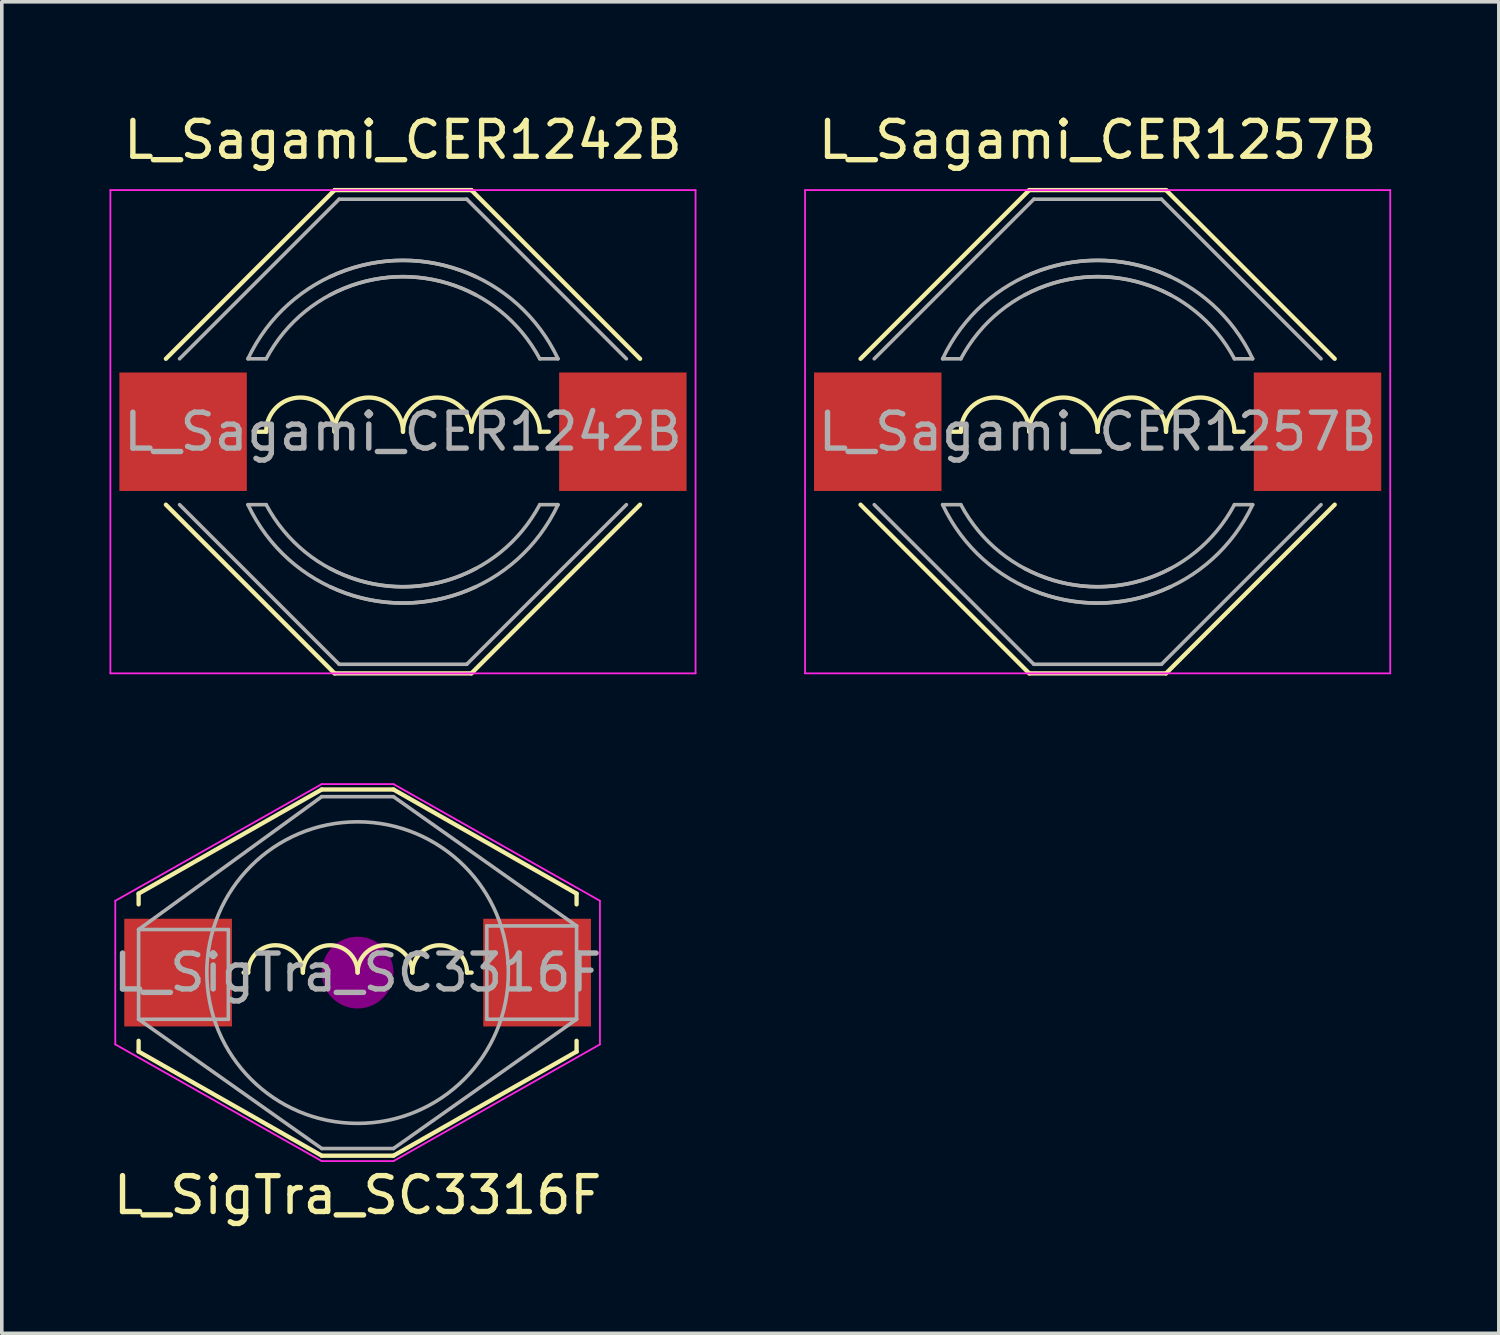
<source format=kicad_pcb>
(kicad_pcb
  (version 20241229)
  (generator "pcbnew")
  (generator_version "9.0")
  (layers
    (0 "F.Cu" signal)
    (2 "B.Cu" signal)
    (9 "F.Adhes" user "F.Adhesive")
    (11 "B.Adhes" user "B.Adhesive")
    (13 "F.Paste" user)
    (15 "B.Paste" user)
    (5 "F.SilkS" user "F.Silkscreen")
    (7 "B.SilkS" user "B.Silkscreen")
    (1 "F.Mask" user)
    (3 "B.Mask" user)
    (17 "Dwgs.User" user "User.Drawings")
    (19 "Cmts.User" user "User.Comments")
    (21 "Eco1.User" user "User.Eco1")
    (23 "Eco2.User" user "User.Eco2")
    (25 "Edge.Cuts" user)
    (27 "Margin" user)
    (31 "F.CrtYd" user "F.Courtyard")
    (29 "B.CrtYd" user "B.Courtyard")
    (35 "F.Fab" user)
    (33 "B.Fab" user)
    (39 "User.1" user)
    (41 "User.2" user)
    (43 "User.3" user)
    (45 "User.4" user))
  (footprint "L_Sagami_CER1257B"
    (layer "F.Cu")
    (at 27.525 8.976)
    (property "Reference" "L_Sagami_CER1257B" (at 0 -8.128 0) (layer "F.SilkS") (effects (font (size 1 1) (thickness 0.15))))
    (attr smd)
    (fp_line (start -6.604 -2.032) (end -1.905 -6.731) (stroke (width 0.12) (type solid)) (layer "F.SilkS"))
    (fp_line (start -6.604 2.032) (end -1.905 6.731) (stroke (width 0.12) (type solid)) (layer "F.SilkS"))
    (fp_line (start -3.81 0) (end -4.064 0) (stroke (width 0.12) (type solid)) (layer "F.SilkS"))
    (fp_line (start -1.905 -6.731) (end 1.905 -6.731) (stroke (width 0.12) (type solid)) (layer "F.SilkS"))
    (fp_line (start -1.905 6.731) (end 1.905 6.731) (stroke (width 0.12) (type solid)) (layer "F.SilkS"))
    (fp_line (start 1.905 -6.731) (end 6.604 -2.032) (stroke (width 0.12) (type solid)) (layer "F.SilkS"))
    (fp_line (start 1.905 6.731) (end 6.604 2.032) (stroke (width 0.12) (type solid)) (layer "F.SilkS"))
    (fp_line (start 4.064 0) (end 3.81 0) (stroke (width 0.12) (type solid)) (layer "F.SilkS"))
    (fp_arc (start -3.81 0) (mid -2.8575 -0.9525) (end -1.905 0) (stroke (width 0.12) (type solid)) (layer "F.SilkS"))
    (fp_arc (start -1.905 0) (mid -0.9525 -0.9525) (end 0 0) (stroke (width 0.12) (type solid)) (layer "F.SilkS"))
    (fp_arc (start 0 0) (mid 0.9525 -0.9525) (end 1.905 0) (stroke (width 0.12) (type solid)) (layer "F.SilkS"))
    (fp_arc (start 1.905 0) (mid 2.8575 -0.9525) (end 3.81 0) (stroke (width 0.12) (type solid)) (layer "F.SilkS"))
    (fp_line (start -8.15 -6.73) (end -8.15 6.73) (stroke (width 0.05) (type solid)) (layer "F.CrtYd"))
    (fp_line (start -8.15 -6.73) (end 8.15 -6.73) (stroke (width 0.05) (type solid)) (layer "F.CrtYd"))
    (fp_line (start -8.15 6.73) (end 8.15 6.73) (stroke (width 0.05) (type solid)) (layer "F.CrtYd"))
    (fp_line (start 8.15 -6.73) (end 8.15 6.73) (stroke (width 0.05) (type solid)) (layer "F.CrtYd"))
    (fp_line (start -6.223 -2.032) (end -1.778 -6.477) (stroke (width 0.1) (type solid)) (layer "F.Fab"))
    (fp_line (start -6.223 2.032) (end -1.778 6.477) (stroke (width 0.1) (type solid)) (layer "F.Fab"))
    (fp_line (start -3.81 -2.032) (end -4.318 -2.032) (stroke (width 0.1) (type solid)) (layer "F.Fab"))
    (fp_line (start -3.81 2.032) (end -4.318 2.032) (stroke (width 0.1) (type solid)) (layer "F.Fab"))
    (fp_line (start -1.778 6.477) (end 1.778 6.477) (stroke (width 0.1) (type solid)) (layer "F.Fab"))
    (fp_line (start 1.778 -6.477) (end -1.778 -6.477) (stroke (width 0.1) (type solid)) (layer "F.Fab"))
    (fp_line (start 1.778 6.477) (end 6.223 2.032) (stroke (width 0.1) (type solid)) (layer "F.Fab"))
    (fp_line (start 3.81 -2.032) (end 4.318 -2.032) (stroke (width 0.1) (type solid)) (layer "F.Fab"))
    (fp_line (start 3.81 2.032) (end 4.318 2.032) (stroke (width 0.1) (type solid)) (layer "F.Fab"))
    (fp_line (start 6.223 -2.032) (end 1.778 -6.477) (stroke (width 0.1) (type solid)) (layer "F.Fab"))
    (fp_arc (start -4.318 -2.032) (mid -1.616446 -4.490128) (end 2.032 -4.318) (stroke (width 0.1) (type solid)) (layer "F.Fab"))
    (fp_arc (start -3.81 -2.032) (mid -1.257236 -4.130918) (end 2.032 -3.81) (stroke (width 0.1) (type solid)) (layer "F.Fab"))
    (fp_arc (start -2.032 -4.318) (mid 1.616446 -4.490128) (end 4.318 -2.032) (stroke (width 0.1) (type solid)) (layer "F.Fab"))
    (fp_arc (start -2.032 -3.81) (mid 1.257236 -4.130918) (end 3.81 -2.032) (stroke (width 0.1) (type solid)) (layer "F.Fab"))
    (fp_arc (start 2.032 3.81) (mid -1.257236 4.130918) (end -3.81 2.032) (stroke (width 0.1) (type solid)) (layer "F.Fab"))
    (fp_arc (start 2.032 4.318) (mid -1.616446 4.490128) (end -4.318 2.032) (stroke (width 0.1) (type solid)) (layer "F.Fab"))
    (fp_arc (start 3.81 2.032) (mid 1.257236 4.130918) (end -2.032 3.81) (stroke (width 0.1) (type solid)) (layer "F.Fab"))
    (fp_arc (start 4.318 2.032) (mid 1.616446 4.490128) (end -2.032 4.318) (stroke (width 0.1) (type solid)) (layer "F.Fab"))
    (fp_text user "${REFERENCE}" (at 0 0 0) (layer "F.Fab") (effects (font (size 1 1) (thickness 0.15))))
    (pad "1" smd rect (at -6.125 0) (size 3.55 3.3) (layers "F.Cu" "F.Mask" "F.Paste"))
    (pad "2" smd rect (at 6.125 0) (size 3.55 3.3) (layers "F.Cu" "F.Mask" "F.Paste")))
  (footprint "L_SigTra_SC3316F"
    (layer "F.Cu")
    (at 6.911 24.042)
    (property "Reference" "L_SigTra_SC3316F" (at 0 6.2 0) (layer "F.SilkS") (effects (font (size 1 1) (thickness 0.15))))
    (attr smd)
    (fp_line (start -6.1 -2.2) (end -1 -5.1) (stroke (width 0.12) (type solid)) (layer "F.SilkS"))
    (fp_line (start -6.1 -1.9) (end -6.1 -2.2) (stroke (width 0.12) (type solid)) (layer "F.SilkS"))
    (fp_line (start -6.1 1.9) (end -6.1 2.2) (stroke (width 0.12) (type solid)) (layer "F.SilkS"))
    (fp_line (start -6.1 2.2) (end -1 5.1) (stroke (width 0.12) (type solid)) (layer "F.SilkS"))
    (fp_line (start -3.048 0) (end -3.175 0) (stroke (width 0.12) (type solid)) (layer "F.SilkS"))
    (fp_line (start 1 -5.1) (end -1 -5.1) (stroke (width 0.12) (type solid)) (layer "F.SilkS"))
    (fp_line (start 1 5.1) (end -1 5.1) (stroke (width 0.12) (type solid)) (layer "F.SilkS"))
    (fp_line (start 3.175 0) (end 3.048 0) (stroke (width 0.12) (type solid)) (layer "F.SilkS"))
    (fp_line (start 6.1 -2.2) (end 1 -5.1) (stroke (width 0.12) (type solid)) (layer "F.SilkS"))
    (fp_line (start 6.1 -1.9) (end 6.1 -2.2) (stroke (width 0.12) (type solid)) (layer "F.SilkS"))
    (fp_line (start 6.1 1.9) (end 6.1 2.2) (stroke (width 0.12) (type solid)) (layer "F.SilkS"))
    (fp_line (start 6.1 2.2) (end 1 5.1) (stroke (width 0.12) (type solid)) (layer "F.SilkS"))
    (fp_arc (start -3.048 0) (mid -2.286 -0.762) (end -1.524 0) (stroke (width 0.12) (type solid)) (layer "F.SilkS"))
    (fp_arc (start -1.524 0) (mid -0.762 -0.762) (end 0 0) (stroke (width 0.12) (type solid)) (layer "F.SilkS"))
    (fp_arc (start 0 0) (mid 0.762 -0.762) (end 1.524 0) (stroke (width 0.12) (type solid)) (layer "F.SilkS"))
    (fp_arc (start 1.524 0) (mid 2.286 -0.762) (end 3.048 0) (stroke (width 0.12) (type solid)) (layer "F.SilkS"))
    (fp_circle (center 0 0) (end 0.5 0) (stroke (width 1) (type solid)) (fill no) (layer "F.Adhes"))
    (fp_line (start -6.75 -2) (end -6.75 2) (stroke (width 0.05) (type solid)) (layer "F.CrtYd"))
    (fp_line (start -6.75 2) (end -1 5.25) (stroke (width 0.05) (type solid)) (layer "F.CrtYd"))
    (fp_line (start -1 -5.25) (end -6.75 -2) (stroke (width 0.05) (type solid)) (layer "F.CrtYd"))
    (fp_line (start -1 -5.25) (end 1 -5.25) (stroke (width 0.05) (type solid)) (layer "F.CrtYd"))
    (fp_line (start -1 5.25) (end 1 5.25) (stroke (width 0.05) (type solid)) (layer "F.CrtYd"))
    (fp_line (start 1 -5.25) (end 6.75 -2) (stroke (width 0.05) (type solid)) (layer "F.CrtYd"))
    (fp_line (start 1 5.25) (end 6.75 2) (stroke (width 0.05) (type solid)) (layer "F.CrtYd"))
    (fp_line (start 6.75 2) (end 6.75 -2) (stroke (width 0.05) (type solid)) (layer "F.CrtYd"))
    (fp_line (start -6.1 -1.2) (end -3.6 -1.2) (stroke (width 0.1) (type solid)) (layer "F.Fab"))
    (fp_line (start -6.1 1.3) (end -6.1 -1.2) (stroke (width 0.1) (type solid)) (layer "F.Fab"))
    (fp_line (start -3.6 -1.2) (end -3.6 0) (stroke (width 0.1) (type solid)) (layer "F.Fab"))
    (fp_line (start -3.6 0) (end -3.6 1.3) (stroke (width 0.1) (type solid)) (layer "F.Fab"))
    (fp_line (start -3.6 1.3) (end -6.1 1.3) (stroke (width 0.1) (type solid)) (layer "F.Fab"))
    (fp_line (start -1 -4.9) (end -6.1 -1.2) (stroke (width 0.1) (type solid)) (layer "F.Fab"))
    (fp_line (start -1 4.9) (end -6.1 1.3) (stroke (width 0.1) (type solid)) (layer "F.Fab"))
    (fp_line (start 1 -4.9) (end -1 -4.9) (stroke (width 0.1) (type solid)) (layer "F.Fab"))
    (fp_line (start 1 -4.9) (end 6.1 -1.3) (stroke (width 0.1) (type solid)) (layer "F.Fab"))
    (fp_line (start 1 4.9) (end -1 4.9) (stroke (width 0.1) (type solid)) (layer "F.Fab"))
    (fp_line (start 3.6 -1.3) (end 6.1 -1.3) (stroke (width 0.1) (type solid)) (layer "F.Fab"))
    (fp_line (start 3.6 1.3) (end 3.6 -1.3) (stroke (width 0.1) (type solid)) (layer "F.Fab"))
    (fp_line (start 6.1 -1.3) (end 6.1 1.3) (stroke (width 0.1) (type solid)) (layer "F.Fab"))
    (fp_line (start 6.1 1.3) (end 1 4.9) (stroke (width 0.1) (type solid)) (layer "F.Fab"))
    (fp_line (start 6.1 1.3) (end 3.6 1.3) (stroke (width 0.1) (type solid)) (layer "F.Fab"))
    (fp_circle (center 0 0) (end 4.2 0) (stroke (width 0.1) (type solid)) (fill no) (layer "F.Fab"))
    (fp_text user "${REFERENCE}" (at 0 0 0) (layer "F.Fab") (effects (font (size 1 1) (thickness 0.15))))
    (pad "1" smd rect (at -5 0) (size 3 3) (layers "F.Cu" "F.Mask" "F.Paste"))
    (pad "2" smd rect (at 5 0) (size 3 3) (layers "F.Cu" "F.Mask" "F.Paste")))
  (footprint "L_Sagami_CER1242B"
    (layer "F.Cu")
    (at 8.175 8.976)
    (property "Reference" "L_Sagami_CER1242B" (at 0 -8.128 0) (layer "F.SilkS") (effects (font (size 1 1) (thickness 0.15))))
    (attr smd)
    (fp_line (start -6.604 -2.032) (end -1.905 -6.731) (stroke (width 0.12) (type solid)) (layer "F.SilkS"))
    (fp_line (start -6.604 2.032) (end -1.905 6.731) (stroke (width 0.12) (type solid)) (layer "F.SilkS"))
    (fp_line (start -3.81 0) (end -4.064 0) (stroke (width 0.12) (type solid)) (layer "F.SilkS"))
    (fp_line (start -1.905 -6.731) (end 1.905 -6.731) (stroke (width 0.12) (type solid)) (layer "F.SilkS"))
    (fp_line (start -1.905 6.731) (end 1.905 6.731) (stroke (width 0.12) (type solid)) (layer "F.SilkS"))
    (fp_line (start 1.905 -6.731) (end 6.604 -2.032) (stroke (width 0.12) (type solid)) (layer "F.SilkS"))
    (fp_line (start 1.905 6.731) (end 6.604 2.032) (stroke (width 0.12) (type solid)) (layer "F.SilkS"))
    (fp_line (start 4.064 0) (end 3.81 0) (stroke (width 0.12) (type solid)) (layer "F.SilkS"))
    (fp_arc (start -3.81 0) (mid -2.8575 -0.9525) (end -1.905 0) (stroke (width 0.12) (type solid)) (layer "F.SilkS"))
    (fp_arc (start -1.905 0) (mid -0.9525 -0.9525) (end 0 0) (stroke (width 0.12) (type solid)) (layer "F.SilkS"))
    (fp_arc (start 0 0) (mid 0.9525 -0.9525) (end 1.905 0) (stroke (width 0.12) (type solid)) (layer "F.SilkS"))
    (fp_arc (start 1.905 0) (mid 2.8575 -0.9525) (end 3.81 0) (stroke (width 0.12) (type solid)) (layer "F.SilkS"))
    (fp_line (start -8.15 -6.73) (end -8.15 6.73) (stroke (width 0.05) (type solid)) (layer "F.CrtYd"))
    (fp_line (start -8.15 -6.73) (end 8.15 -6.73) (stroke (width 0.05) (type solid)) (layer "F.CrtYd"))
    (fp_line (start -8.15 6.73) (end 8.15 6.73) (stroke (width 0.05) (type solid)) (layer "F.CrtYd"))
    (fp_line (start 8.15 -6.73) (end 8.15 6.73) (stroke (width 0.05) (type solid)) (layer "F.CrtYd"))
    (fp_line (start -6.223 -2.032) (end -1.778 -6.477) (stroke (width 0.1) (type solid)) (layer "F.Fab"))
    (fp_line (start -6.223 2.032) (end -1.778 6.477) (stroke (width 0.1) (type solid)) (layer "F.Fab"))
    (fp_line (start -3.81 -2.032) (end -4.318 -2.032) (stroke (width 0.1) (type solid)) (layer "F.Fab"))
    (fp_line (start -3.81 2.032) (end -4.318 2.032) (stroke (width 0.1) (type solid)) (layer "F.Fab"))
    (fp_line (start -1.778 6.477) (end 1.778 6.477) (stroke (width 0.1) (type solid)) (layer "F.Fab"))
    (fp_line (start 1.778 -6.477) (end -1.778 -6.477) (stroke (width 0.1) (type solid)) (layer "F.Fab"))
    (fp_line (start 1.778 6.477) (end 6.223 2.032) (stroke (width 0.1) (type solid)) (layer "F.Fab"))
    (fp_line (start 3.81 -2.032) (end 4.318 -2.032) (stroke (width 0.1) (type solid)) (layer "F.Fab"))
    (fp_line (start 3.81 2.032) (end 4.318 2.032) (stroke (width 0.1) (type solid)) (layer "F.Fab"))
    (fp_line (start 6.223 -2.032) (end 1.778 -6.477) (stroke (width 0.1) (type solid)) (layer "F.Fab"))
    (fp_arc (start -4.318 -2.032) (mid -1.616446 -4.490128) (end 2.032 -4.318) (stroke (width 0.1) (type solid)) (layer "F.Fab"))
    (fp_arc (start -3.81 -2.032) (mid -1.257236 -4.130918) (end 2.032 -3.81) (stroke (width 0.1) (type solid)) (layer "F.Fab"))
    (fp_arc (start -2.032 -4.318) (mid 1.616446 -4.490128) (end 4.318 -2.032) (stroke (width 0.1) (type solid)) (layer "F.Fab"))
    (fp_arc (start -2.032 -3.81) (mid 1.257236 -4.130918) (end 3.81 -2.032) (stroke (width 0.1) (type solid)) (layer "F.Fab"))
    (fp_arc (start 2.032 3.81) (mid -1.257236 4.130918) (end -3.81 2.032) (stroke (width 0.1) (type solid)) (layer "F.Fab"))
    (fp_arc (start 2.032 4.318) (mid -1.616446 4.490128) (end -4.318 2.032) (stroke (width 0.1) (type solid)) (layer "F.Fab"))
    (fp_arc (start 3.81 2.032) (mid 1.257236 4.130918) (end -2.032 3.81) (stroke (width 0.1) (type solid)) (layer "F.Fab"))
    (fp_arc (start 4.318 2.032) (mid 1.616446 4.490128) (end -2.032 4.318) (stroke (width 0.1) (type solid)) (layer "F.Fab"))
    (fp_text user "${REFERENCE}" (at 0 0 0) (layer "F.Fab") (effects (font (size 1 1) (thickness 0.15))))
    (pad "1" smd rect (at -6.125 0) (size 3.55 3.3) (layers "F.Cu" "F.Mask" "F.Paste"))
    (pad "2" smd rect (at 6.125 0) (size 3.55 3.3) (layers "F.Cu" "F.Mask" "F.Paste")))
  (gr_rect
    (start -3 -3)
    (end 38.7 34.09)
    (stroke (width 0.1) (type default))
    (fill no)
    (layer "Edge.Cuts")))
</source>
